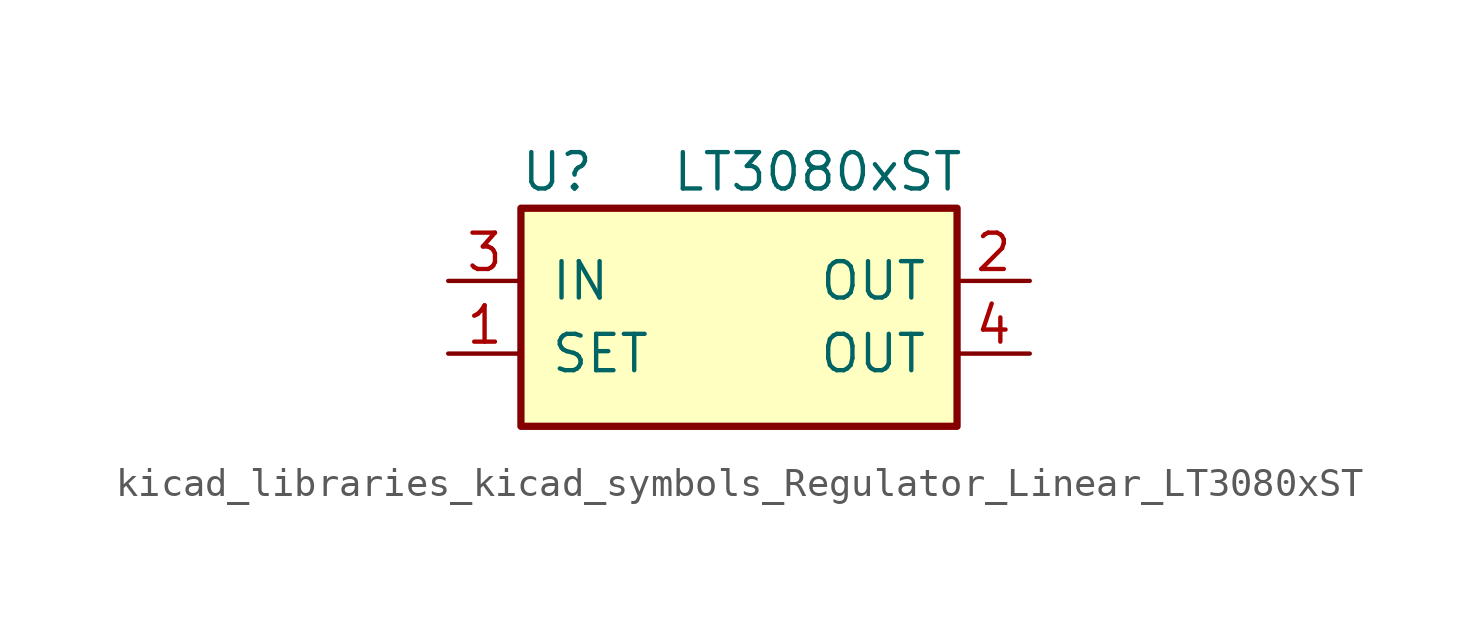
<source format=kicad_sym>
(kicad_symbol_lib
  (version 20220914)
  (generator kicad_symbol_editor)
  (symbol "kicad_libraries_kicad_symbols_Regulator_Linear_LT3080xST"
    (pin_names
      (offset 1.016))
    (property "Reference" "U"
      (at -6.35 3.81 0)
      (effects (font (size 1.27 1.27))))
    (property "Value" "LT3080xST"
      (at 7.874 3.81 0)
      (effects (font (size 1.27 1.27)) (justify right)))
    (symbol "kicad_libraries_kicad_symbols_Regulator_Linear_LT3080xST_0_1"
      (rectangle (start -7.62 2.54) (end 7.62 -5.08) (stroke (width 0.254) (type default)) (fill (type background))))
    (symbol "kicad_libraries_kicad_symbols_Regulator_Linear_LT3080xST_1_1"
      (pin input line (at -10.16 -2.54 0) (length 2.54) (name "SET" (effects (font (size 1.27 1.27)))) (number "1" (effects (font (size 1.27 1.27)))))
      (pin power_out line (at 10.16 0 180) (length 2.54) (name "OUT" (effects (font (size 1.27 1.27)))) (number "2" (effects (font (size 1.27 1.27)))))
      (pin power_in line (at -10.16 0 0) (length 2.54) (name "IN" (effects (font (size 1.27 1.27)))) (number "3" (effects (font (size 1.27 1.27)))))
      (pin power_out line (at 10.16 -2.54 180) (length 2.54) (name "OUT" (effects (font (size 1.27 1.27)))) (number "4" (effects (font (size 1.27 1.27))))))))
</source>
